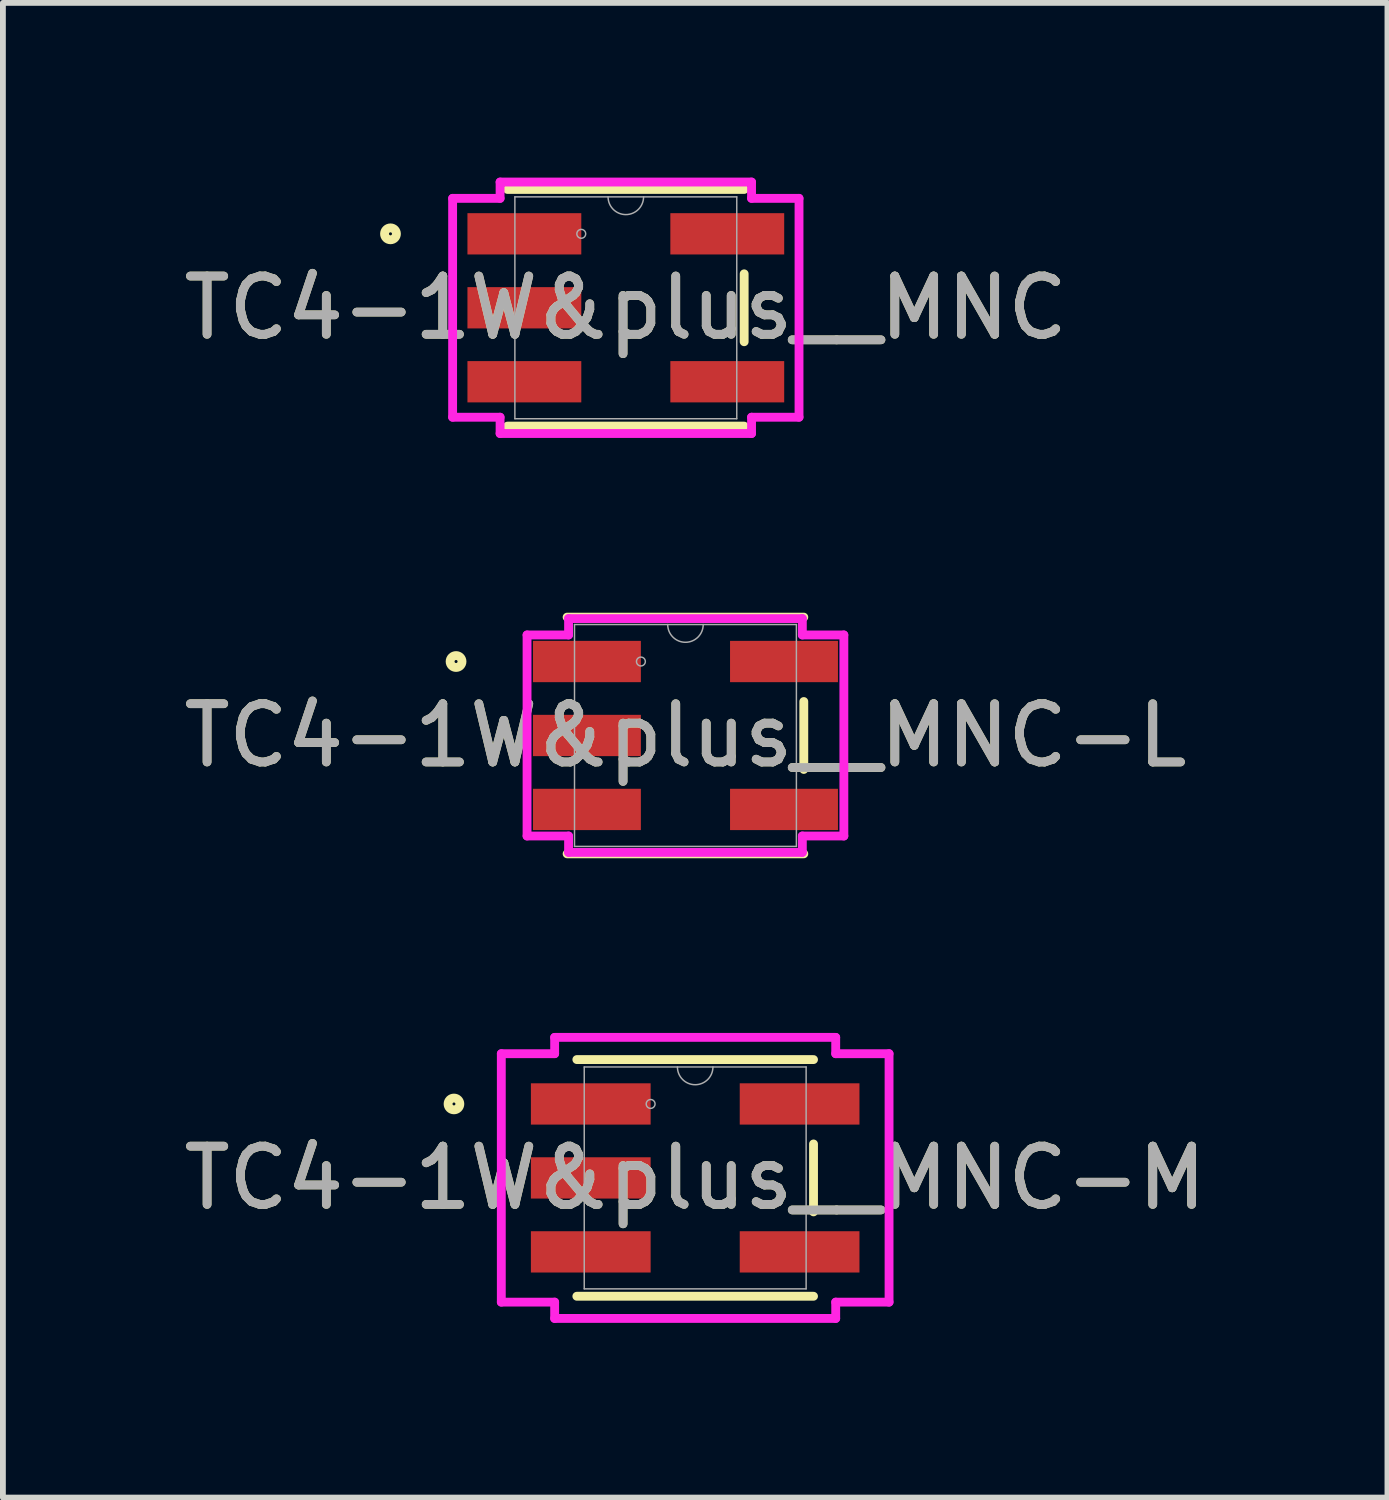
<source format=kicad_pcb>
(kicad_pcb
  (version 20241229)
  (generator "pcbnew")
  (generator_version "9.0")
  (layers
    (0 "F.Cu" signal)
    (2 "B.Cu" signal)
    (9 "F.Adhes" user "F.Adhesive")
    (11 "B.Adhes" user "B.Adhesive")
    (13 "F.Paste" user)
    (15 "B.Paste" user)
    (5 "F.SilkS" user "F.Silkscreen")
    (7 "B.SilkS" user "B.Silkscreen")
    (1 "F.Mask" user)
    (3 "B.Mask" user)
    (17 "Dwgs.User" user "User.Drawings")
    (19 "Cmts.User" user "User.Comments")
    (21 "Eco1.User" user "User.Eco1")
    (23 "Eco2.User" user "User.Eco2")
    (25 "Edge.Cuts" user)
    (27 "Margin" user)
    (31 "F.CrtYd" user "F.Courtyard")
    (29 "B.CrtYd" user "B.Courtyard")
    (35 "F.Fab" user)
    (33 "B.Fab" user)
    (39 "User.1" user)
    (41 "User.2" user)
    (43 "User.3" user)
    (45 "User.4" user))
  (footprint "TC4-1W&plus__MNC-L"
    (layer "F.Cu")
    (at 8.72 9.579)
    (property "Reference" "TC4-1W&plus__MNC-L" (at 0 0 0) (unlocked yes) (layer "F.SilkS") (effects (font (size 1 1) (thickness 0.15))))
    (attr smd)
    (fp_line (start -2.032 2.032) (end 2.032 2.032) (stroke (width 0.152) (type solid)) (layer "F.SilkS"))
    (fp_line (start 2.032 -2.032) (end -2.032 -2.032) (stroke (width 0.152) (type solid)) (layer "F.SilkS"))
    (fp_line (start 2.032 0.583) (end 2.032 -0.583) (stroke (width 0.152) (type solid)) (layer "F.SilkS"))
    (fp_circle (center -3.939 -1.27) (end -3.837 -1.27) (stroke (width 0.152) (type solid)) (fill no) (layer "F.SilkS"))
    (fp_line (start -2.72 -1.726) (end -2.007 -1.726) (stroke (width 0.152) (type solid)) (layer "F.CrtYd"))
    (fp_line (start -2.72 1.726) (end -2.72 -1.726) (stroke (width 0.152) (type solid)) (layer "F.CrtYd"))
    (fp_line (start -2.72 1.726) (end -2.007 1.726) (stroke (width 0.152) (type solid)) (layer "F.CrtYd"))
    (fp_line (start -2.007 -2.007) (end 2.007 -2.007) (stroke (width 0.152) (type solid)) (layer "F.CrtYd"))
    (fp_line (start -2.007 -1.726) (end -2.007 -2.007) (stroke (width 0.152) (type solid)) (layer "F.CrtYd"))
    (fp_line (start -2.007 2.007) (end -2.007 1.726) (stroke (width 0.152) (type solid)) (layer "F.CrtYd"))
    (fp_line (start 2.007 -2.007) (end 2.007 -1.726) (stroke (width 0.152) (type solid)) (layer "F.CrtYd"))
    (fp_line (start 2.007 1.726) (end 2.007 2.007) (stroke (width 0.152) (type solid)) (layer "F.CrtYd"))
    (fp_line (start 2.007 2.007) (end -2.007 2.007) (stroke (width 0.152) (type solid)) (layer "F.CrtYd"))
    (fp_line (start 2.72 -1.726) (end 2.007 -1.726) (stroke (width 0.152) (type solid)) (layer "F.CrtYd"))
    (fp_line (start 2.72 -1.726) (end 2.72 1.726) (stroke (width 0.152) (type solid)) (layer "F.CrtYd"))
    (fp_line (start 2.72 1.726) (end 2.007 1.726) (stroke (width 0.152) (type solid)) (layer "F.CrtYd"))
    (fp_line (start -1.905 -1.905) (end -1.905 1.905) (stroke (width 0.025) (type solid)) (layer "F.Fab"))
    (fp_line (start -1.905 1.905) (end 1.905 1.905) (stroke (width 0.025) (type solid)) (layer "F.Fab"))
    (fp_line (start 1.905 -1.905) (end -1.905 -1.905) (stroke (width 0.025) (type solid)) (layer "F.Fab"))
    (fp_line (start 1.905 1.905) (end 1.905 -1.905) (stroke (width 0.025) (type solid)) (layer "F.Fab"))
    (fp_arc (start 0.3048 -1.905) (mid 0 -1.6002) (end -0.3048 -1.905) (stroke (width 0.0254) (type solid)) (layer "F.Fab"))
    (fp_circle (center -0.765 -1.27) (end -0.689 -1.27) (stroke (width 0.025) (type solid)) (fill no) (layer "F.Fab"))
    (fp_text user "${REFERENCE}" (at 0 0 0) (unlocked yes) (layer "F.Fab") (effects (font (size 1 1) (thickness 0.15))))
    (pad "1" smd rect (at -1.692 -1.27) (size 1.853 0.709) (layers "F.Cu" "F.Mask" "F.Paste"))
    (pad "2" smd rect (at -1.692 0) (size 1.853 0.709) (layers "F.Cu" "F.Mask" "F.Paste"))
    (pad "3" smd rect (at -1.692 1.27) (size 1.853 0.709) (layers "F.Cu" "F.Mask" "F.Paste"))
    (pad "4" smd rect (at 1.692 1.27) (size 1.853 0.709) (layers "F.Cu" "F.Mask" "F.Paste"))
    (pad "6" smd rect (at 1.692 -1.27) (size 1.853 0.709) (layers "F.Cu" "F.Mask" "F.Paste")))
  (footprint "TC4-1W&plus__MNC-M"
    (layer "F.Cu")
    (at 8.887 17.176)
    (property "Reference" "TC4-1W&plus__MNC-M" (at 0 0 0) (unlocked yes) (layer "F.SilkS") (effects (font (size 1 1) (thickness 0.15))))
    (attr smd)
    (fp_line (start -2.032 2.032) (end 2.032 2.032) (stroke (width 0.152) (type solid)) (layer "F.SilkS"))
    (fp_line (start 2.032 -2.032) (end -2.032 -2.032) (stroke (width 0.152) (type solid)) (layer "F.SilkS"))
    (fp_line (start 2.032 0.583) (end 2.032 -0.583) (stroke (width 0.152) (type solid)) (layer "F.SilkS"))
    (fp_circle (center -4.142 -1.27) (end -4.041 -1.27) (stroke (width 0.152) (type solid)) (fill no) (layer "F.SilkS"))
    (fp_line (start -3.329 -2.133) (end -2.413 -2.133) (stroke (width 0.152) (type solid)) (layer "F.CrtYd"))
    (fp_line (start -3.329 2.133) (end -3.329 -2.133) (stroke (width 0.152) (type solid)) (layer "F.CrtYd"))
    (fp_line (start -3.329 2.133) (end -2.413 2.133) (stroke (width 0.152) (type solid)) (layer "F.CrtYd"))
    (fp_line (start -2.413 -2.413) (end 2.413 -2.413) (stroke (width 0.152) (type solid)) (layer "F.CrtYd"))
    (fp_line (start -2.413 -2.133) (end -2.413 -2.413) (stroke (width 0.152) (type solid)) (layer "F.CrtYd"))
    (fp_line (start -2.413 2.413) (end -2.413 2.133) (stroke (width 0.152) (type solid)) (layer "F.CrtYd"))
    (fp_line (start 2.413 -2.413) (end 2.413 -2.133) (stroke (width 0.152) (type solid)) (layer "F.CrtYd"))
    (fp_line (start 2.413 2.133) (end 2.413 2.413) (stroke (width 0.152) (type solid)) (layer "F.CrtYd"))
    (fp_line (start 2.413 2.413) (end -2.413 2.413) (stroke (width 0.152) (type solid)) (layer "F.CrtYd"))
    (fp_line (start 3.329 -2.133) (end 2.413 -2.133) (stroke (width 0.152) (type solid)) (layer "F.CrtYd"))
    (fp_line (start 3.329 -2.133) (end 3.329 2.133) (stroke (width 0.152) (type solid)) (layer "F.CrtYd"))
    (fp_line (start 3.329 2.133) (end 2.413 2.133) (stroke (width 0.152) (type solid)) (layer "F.CrtYd"))
    (fp_line (start -1.905 -1.905) (end -1.905 1.905) (stroke (width 0.025) (type solid)) (layer "F.Fab"))
    (fp_line (start -1.905 1.905) (end 1.905 1.905) (stroke (width 0.025) (type solid)) (layer "F.Fab"))
    (fp_line (start 1.905 -1.905) (end -1.905 -1.905) (stroke (width 0.025) (type solid)) (layer "F.Fab"))
    (fp_line (start 1.905 1.905) (end 1.905 -1.905) (stroke (width 0.025) (type solid)) (layer "F.Fab"))
    (fp_arc (start 0.3048 -1.905) (mid 0 -1.6002) (end -0.3048 -1.905) (stroke (width 0.0254) (type solid)) (layer "F.Fab"))
    (fp_circle (center -0.765 -1.27) (end -0.689 -1.27) (stroke (width 0.025) (type solid)) (fill no) (layer "F.Fab"))
    (fp_text user "${REFERENCE}" (at 0 0 0) (unlocked yes) (layer "F.Fab") (effects (font (size 1 1) (thickness 0.15))))
    (pad "1" smd rect (at -1.793 -1.27) (size 2.056 0.709) (layers "F.Cu" "F.Mask" "F.Paste"))
    (pad "2" smd rect (at -1.793 0) (size 2.056 0.709) (layers "F.Cu" "F.Mask" "F.Paste"))
    (pad "3" smd rect (at -1.793 1.27) (size 2.056 0.709) (layers "F.Cu" "F.Mask" "F.Paste"))
    (pad "4" smd rect (at 1.793 1.27) (size 2.056 0.709) (layers "F.Cu" "F.Mask" "F.Paste"))
    (pad "6" smd rect (at 1.793 -1.27) (size 2.056 0.709) (layers "F.Cu" "F.Mask" "F.Paste")))
  (footprint "TC4-1W&plus__MNC"
    (layer "F.Cu")
    (at 7.696 2.235)
    (property "Reference" "TC4-1W&plus__MNC" (at 0 0 0) (unlocked yes) (layer "F.SilkS") (effects (font (size 1 1) (thickness 0.15))))
    (attr smd)
    (fp_line (start -2.032 2.032) (end 2.032 2.032) (stroke (width 0.152) (type solid)) (layer "F.SilkS"))
    (fp_line (start 2.032 -2.032) (end -2.032 -2.032) (stroke (width 0.152) (type solid)) (layer "F.SilkS"))
    (fp_line (start 2.032 0.583) (end 2.032 -0.583) (stroke (width 0.152) (type solid)) (layer "F.SilkS"))
    (fp_circle (center -4.041 -1.27) (end -3.939 -1.27) (stroke (width 0.152) (type solid)) (fill no) (layer "F.SilkS"))
    (fp_line (start -2.974 -1.879) (end -2.159 -1.879) (stroke (width 0.152) (type solid)) (layer "F.CrtYd"))
    (fp_line (start -2.974 1.879) (end -2.974 -1.879) (stroke (width 0.152) (type solid)) (layer "F.CrtYd"))
    (fp_line (start -2.974 1.879) (end -2.159 1.879) (stroke (width 0.152) (type solid)) (layer "F.CrtYd"))
    (fp_line (start -2.159 -2.159) (end 2.159 -2.159) (stroke (width 0.152) (type solid)) (layer "F.CrtYd"))
    (fp_line (start -2.159 -1.879) (end -2.159 -2.159) (stroke (width 0.152) (type solid)) (layer "F.CrtYd"))
    (fp_line (start -2.159 2.159) (end -2.159 1.879) (stroke (width 0.152) (type solid)) (layer "F.CrtYd"))
    (fp_line (start 2.159 -2.159) (end 2.159 -1.879) (stroke (width 0.152) (type solid)) (layer "F.CrtYd"))
    (fp_line (start 2.159 1.879) (end 2.159 2.159) (stroke (width 0.152) (type solid)) (layer "F.CrtYd"))
    (fp_line (start 2.159 2.159) (end -2.159 2.159) (stroke (width 0.152) (type solid)) (layer "F.CrtYd"))
    (fp_line (start 2.974 -1.879) (end 2.159 -1.879) (stroke (width 0.152) (type solid)) (layer "F.CrtYd"))
    (fp_line (start 2.974 -1.879) (end 2.974 1.879) (stroke (width 0.152) (type solid)) (layer "F.CrtYd"))
    (fp_line (start 2.974 1.879) (end 2.159 1.879) (stroke (width 0.152) (type solid)) (layer "F.CrtYd"))
    (fp_line (start -1.905 -1.905) (end -1.905 1.905) (stroke (width 0.025) (type solid)) (layer "F.Fab"))
    (fp_line (start -1.905 1.905) (end 1.905 1.905) (stroke (width 0.025) (type solid)) (layer "F.Fab"))
    (fp_line (start 1.905 -1.905) (end -1.905 -1.905) (stroke (width 0.025) (type solid)) (layer "F.Fab"))
    (fp_line (start 1.905 1.905) (end 1.905 -1.905) (stroke (width 0.025) (type solid)) (layer "F.Fab"))
    (fp_arc (start 0.3048 -1.905) (mid 0 -1.6002) (end -0.3048 -1.905) (stroke (width 0.0254) (type solid)) (layer "F.Fab"))
    (fp_circle (center -0.765 -1.27) (end -0.689 -1.27) (stroke (width 0.025) (type solid)) (fill no) (layer "F.Fab"))
    (fp_text user "${REFERENCE}" (at 0 0 0) (unlocked yes) (layer "F.Fab") (effects (font (size 1 1) (thickness 0.15))))
    (pad "1" smd rect (at -1.742 -1.27) (size 1.955 0.709) (layers "F.Cu" "F.Mask" "F.Paste"))
    (pad "2" smd rect (at -1.742 0) (size 1.955 0.709) (layers "F.Cu" "F.Mask" "F.Paste"))
    (pad "3" smd rect (at -1.742 1.27) (size 1.955 0.709) (layers "F.Cu" "F.Mask" "F.Paste"))
    (pad "4" smd rect (at 1.742 1.27) (size 1.955 0.709) (layers "F.Cu" "F.Mask" "F.Paste"))
    (pad "6" smd rect (at 1.742 -1.27) (size 1.955 0.709) (layers "F.Cu" "F.Mask" "F.Paste")))
  (gr_rect
    (start -3 -3)
    (end 20.774 22.665)
    (stroke (width 0.1) (type default))
    (fill no)
    (layer "Edge.Cuts")))
</source>
